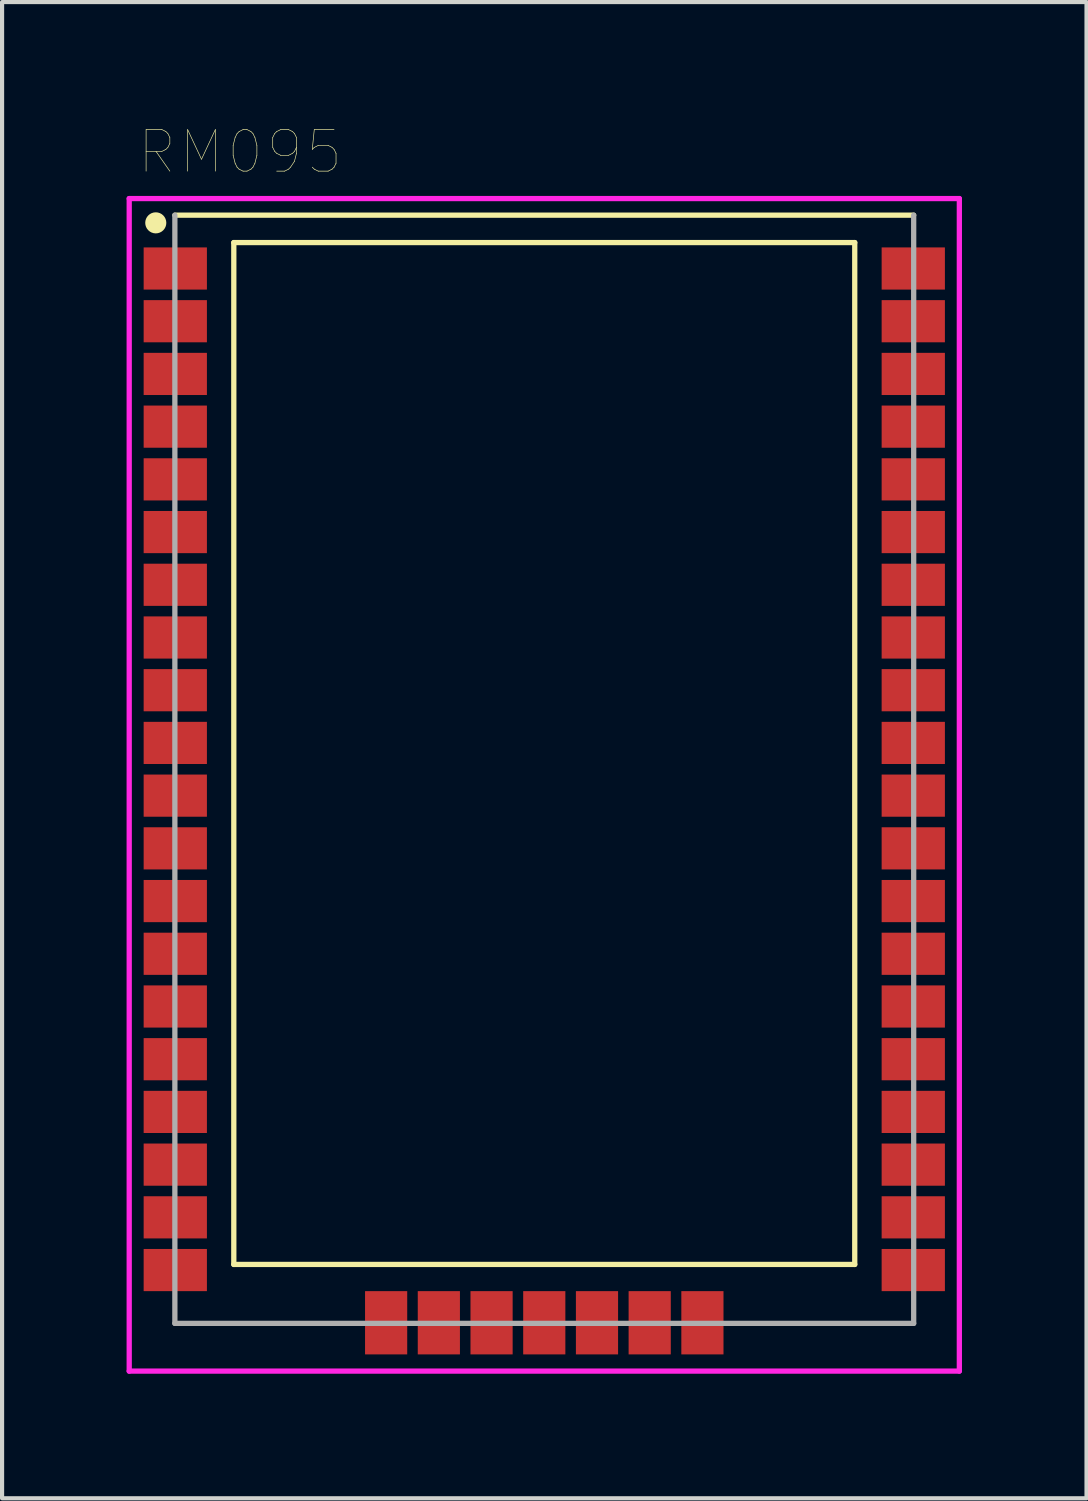
<source format=kicad_pcb>
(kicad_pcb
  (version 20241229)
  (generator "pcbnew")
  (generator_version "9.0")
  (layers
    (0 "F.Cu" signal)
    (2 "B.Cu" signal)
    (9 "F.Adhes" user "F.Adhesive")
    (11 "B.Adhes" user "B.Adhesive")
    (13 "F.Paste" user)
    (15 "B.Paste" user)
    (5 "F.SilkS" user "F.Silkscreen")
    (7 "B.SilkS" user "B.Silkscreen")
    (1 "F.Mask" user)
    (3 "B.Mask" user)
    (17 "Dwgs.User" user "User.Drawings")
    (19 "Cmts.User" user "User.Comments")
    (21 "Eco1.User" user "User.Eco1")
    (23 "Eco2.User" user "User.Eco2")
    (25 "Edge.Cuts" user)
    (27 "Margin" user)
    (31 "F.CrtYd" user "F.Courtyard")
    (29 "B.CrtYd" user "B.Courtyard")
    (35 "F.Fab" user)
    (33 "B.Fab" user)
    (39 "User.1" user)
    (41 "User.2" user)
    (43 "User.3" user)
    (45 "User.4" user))
  (footprint "RM095"
    (layer "F.Cu")
    (at 10.063 15.484)
    (property "Reference" "RM095" (at -7.329 -14.873 0) (layer "F.SilkS") (effects (font (size 1.001 1.001) (thickness 0.015))))
    (attr through_hole)
    (fp_line (start -7.48 -12.69) (end -7.48 11.93) (stroke (width 0.127) (type solid)) (layer "F.SilkS"))
    (fp_line (start -7.48 11.93) (end 7.48 11.93) (stroke (width 0.127) (type solid)) (layer "F.SilkS"))
    (fp_line (start 7.48 -12.69) (end -7.48 -12.69) (stroke (width 0.127) (type solid)) (layer "F.SilkS"))
    (fp_line (start 7.48 11.93) (end 7.48 -12.69) (stroke (width 0.127) (type solid)) (layer "F.SilkS"))
    (fp_line (start 8.9 -13.35) (end -8.9 -13.35) (stroke (width 0.127) (type solid)) (layer "F.SilkS"))
    (fp_circle (center -9.36 -13.165) (end -9.106 -13.165) (stroke (width 0) (type solid)) (fill yes) (layer "F.SilkS"))
    (fp_line (start -10 -13.75) (end 10 -13.75) (stroke (width 0.127) (type solid)) (layer "F.CrtYd"))
    (fp_line (start -10 14.5) (end -10 -13.75) (stroke (width 0.127) (type solid)) (layer "F.CrtYd"))
    (fp_line (start 10 -13.75) (end 10 14.5) (stroke (width 0.127) (type solid)) (layer "F.CrtYd"))
    (fp_line (start 10 14.5) (end -10 14.5) (stroke (width 0.127) (type solid)) (layer "F.CrtYd"))
    (fp_line (start -8.9 -13.35) (end -8.9 13.35) (stroke (width 0.127) (type solid)) (layer "F.Fab"))
    (fp_line (start -8.9 13.35) (end 8.9 13.35) (stroke (width 0.127) (type solid)) (layer "F.Fab"))
    (fp_line (start 8.9 13.35) (end 8.9 -13.35) (stroke (width 0.127) (type solid)) (layer "F.Fab"))
    (pad "1" smd rect (at -8.89 -12.065) (size 1.524 1.016) (layers "F.Cu" "F.Mask" "F.Paste"))
    (pad "2" smd rect (at -8.89 -10.795) (size 1.524 1.016) (layers "F.Cu" "F.Mask" "F.Paste"))
    (pad "3" smd rect (at -8.89 -9.525) (size 1.524 1.016) (layers "F.Cu" "F.Mask" "F.Paste"))
    (pad "4" smd rect (at -8.89 -8.255) (size 1.524 1.016) (layers "F.Cu" "F.Mask" "F.Paste"))
    (pad "5" smd rect (at -8.89 -6.985) (size 1.524 1.016) (layers "F.Cu" "F.Mask" "F.Paste"))
    (pad "6" smd rect (at -8.89 -5.715) (size 1.524 1.016) (layers "F.Cu" "F.Mask" "F.Paste"))
    (pad "7" smd rect (at -8.89 -4.445) (size 1.524 1.016) (layers "F.Cu" "F.Mask" "F.Paste"))
    (pad "8" smd rect (at -8.89 -3.175) (size 1.524 1.016) (layers "F.Cu" "F.Mask" "F.Paste"))
    (pad "9" smd rect (at -8.89 -1.905) (size 1.524 1.016) (layers "F.Cu" "F.Mask" "F.Paste"))
    (pad "10" smd rect (at -8.89 -0.635) (size 1.524 1.016) (layers "F.Cu" "F.Mask" "F.Paste"))
    (pad "11" smd rect (at -8.89 0.635) (size 1.524 1.016) (layers "F.Cu" "F.Mask" "F.Paste"))
    (pad "12" smd rect (at -8.89 1.905) (size 1.524 1.016) (layers "F.Cu" "F.Mask" "F.Paste"))
    (pad "13" smd rect (at -8.89 3.175) (size 1.524 1.016) (layers "F.Cu" "F.Mask" "F.Paste"))
    (pad "14" smd rect (at -8.89 4.445) (size 1.524 1.016) (layers "F.Cu" "F.Mask" "F.Paste"))
    (pad "15" smd rect (at -8.89 5.715) (size 1.524 1.016) (layers "F.Cu" "F.Mask" "F.Paste"))
    (pad "16" smd rect (at -8.89 6.985) (size 1.524 1.016) (layers "F.Cu" "F.Mask" "F.Paste"))
    (pad "17" smd rect (at -8.89 8.255) (size 1.524 1.016) (layers "F.Cu" "F.Mask" "F.Paste"))
    (pad "18" smd rect (at -8.89 9.525) (size 1.524 1.016) (layers "F.Cu" "F.Mask" "F.Paste"))
    (pad "19" smd rect (at -8.89 10.795) (size 1.524 1.016) (layers "F.Cu" "F.Mask" "F.Paste"))
    (pad "20" smd rect (at -8.89 12.065) (size 1.524 1.016) (layers "F.Cu" "F.Mask" "F.Paste"))
    (pad "21" smd rect (at -3.81 13.335) (size 1.016 1.524) (layers "F.Cu" "F.Mask" "F.Paste"))
    (pad "22" smd rect (at -2.54 13.335) (size 1.016 1.524) (layers "F.Cu" "F.Mask" "F.Paste"))
    (pad "23" smd rect (at -1.27 13.335) (size 1.016 1.524) (layers "F.Cu" "F.Mask" "F.Paste"))
    (pad "24" smd rect (at 0 13.335) (size 1.016 1.524) (layers "F.Cu" "F.Mask" "F.Paste"))
    (pad "25" smd rect (at 1.27 13.335) (size 1.016 1.524) (layers "F.Cu" "F.Mask" "F.Paste"))
    (pad "26" smd rect (at 2.54 13.335) (size 1.016 1.524) (layers "F.Cu" "F.Mask" "F.Paste"))
    (pad "27" smd rect (at 3.81 13.335) (size 1.016 1.524) (layers "F.Cu" "F.Mask" "F.Paste"))
    (pad "28" smd rect (at 8.89 12.065) (size 1.524 1.016) (layers "F.Cu" "F.Mask" "F.Paste"))
    (pad "29" smd rect (at 8.89 10.795) (size 1.524 1.016) (layers "F.Cu" "F.Mask" "F.Paste"))
    (pad "30" smd rect (at 8.89 9.525) (size 1.524 1.016) (layers "F.Cu" "F.Mask" "F.Paste"))
    (pad "31" smd rect (at 8.89 8.255) (size 1.524 1.016) (layers "F.Cu" "F.Mask" "F.Paste"))
    (pad "32" smd rect (at 8.89 6.985) (size 1.524 1.016) (layers "F.Cu" "F.Mask" "F.Paste"))
    (pad "33" smd rect (at 8.89 5.715) (size 1.524 1.016) (layers "F.Cu" "F.Mask" "F.Paste"))
    (pad "34" smd rect (at 8.89 4.445) (size 1.524 1.016) (layers "F.Cu" "F.Mask" "F.Paste"))
    (pad "35" smd rect (at 8.89 3.175) (size 1.524 1.016) (layers "F.Cu" "F.Mask" "F.Paste"))
    (pad "36" smd rect (at 8.89 1.905) (size 1.524 1.016) (layers "F.Cu" "F.Mask" "F.Paste"))
    (pad "37" smd rect (at 8.89 0.635) (size 1.524 1.016) (layers "F.Cu" "F.Mask" "F.Paste"))
    (pad "38" smd rect (at 8.89 -0.635) (size 1.524 1.016) (layers "F.Cu" "F.Mask" "F.Paste"))
    (pad "39" smd rect (at 8.89 -1.905) (size 1.524 1.016) (layers "F.Cu" "F.Mask" "F.Paste"))
    (pad "40" smd rect (at 8.89 -3.175) (size 1.524 1.016) (layers "F.Cu" "F.Mask" "F.Paste"))
    (pad "41" smd rect (at 8.89 -4.445) (size 1.524 1.016) (layers "F.Cu" "F.Mask" "F.Paste"))
    (pad "42" smd rect (at 8.89 -5.715) (size 1.524 1.016) (layers "F.Cu" "F.Mask" "F.Paste"))
    (pad "43" smd rect (at 8.89 -6.985) (size 1.524 1.016) (layers "F.Cu" "F.Mask" "F.Paste"))
    (pad "44" smd rect (at 8.89 -8.255) (size 1.524 1.016) (layers "F.Cu" "F.Mask" "F.Paste"))
    (pad "45" smd rect (at 8.89 -9.525) (size 1.524 1.016) (layers "F.Cu" "F.Mask" "F.Paste"))
    (pad "46" smd rect (at 8.89 -10.795) (size 1.524 1.016) (layers "F.Cu" "F.Mask" "F.Paste"))
    (pad "47" smd rect (at 8.89 -12.065) (size 1.524 1.016) (layers "F.Cu" "F.Mask" "F.Paste")))
  (gr_rect
    (start -3 -3)
    (end 23.127 33.048)
    (stroke (width 0.1) (type default))
    (fill no)
    (layer "Edge.Cuts")))
</source>
